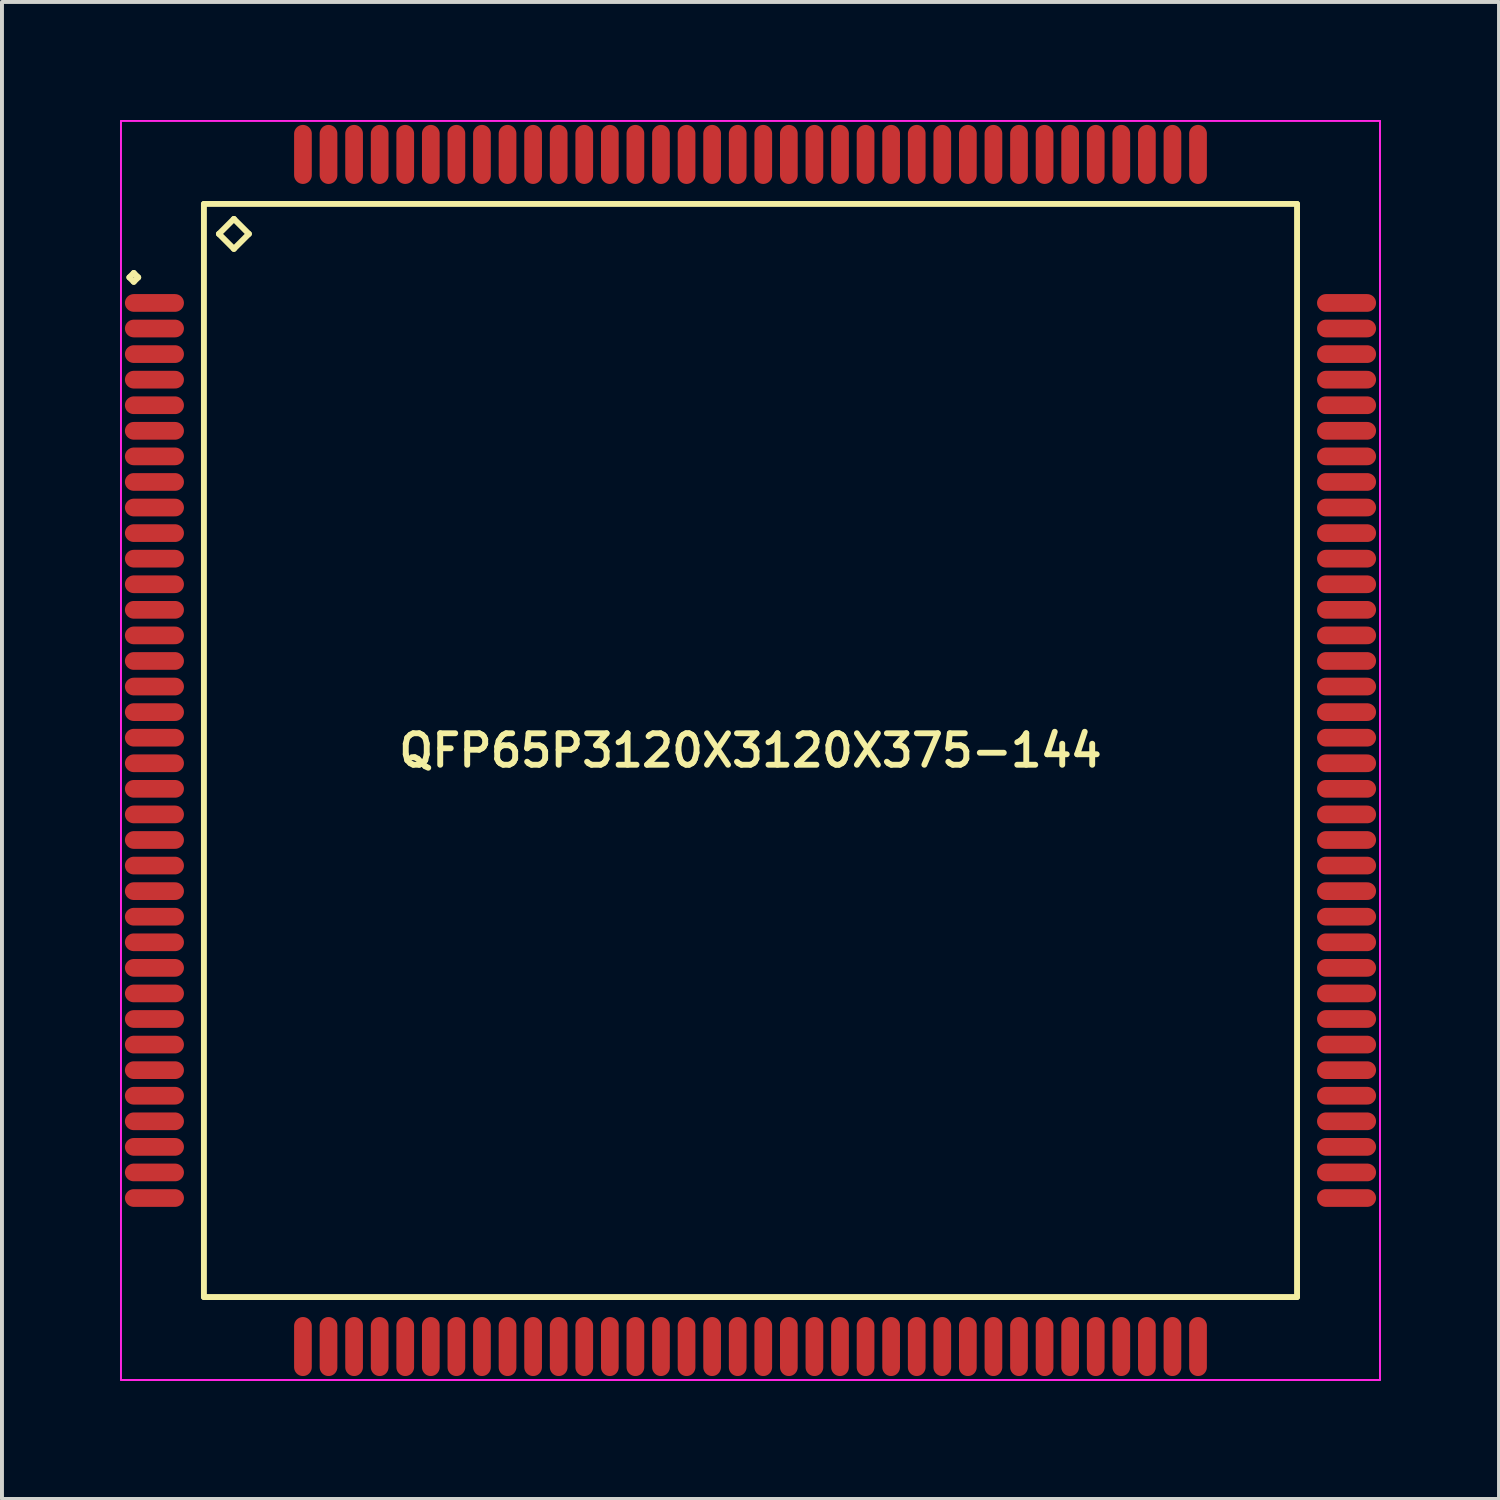
<source format=kicad_pcb>
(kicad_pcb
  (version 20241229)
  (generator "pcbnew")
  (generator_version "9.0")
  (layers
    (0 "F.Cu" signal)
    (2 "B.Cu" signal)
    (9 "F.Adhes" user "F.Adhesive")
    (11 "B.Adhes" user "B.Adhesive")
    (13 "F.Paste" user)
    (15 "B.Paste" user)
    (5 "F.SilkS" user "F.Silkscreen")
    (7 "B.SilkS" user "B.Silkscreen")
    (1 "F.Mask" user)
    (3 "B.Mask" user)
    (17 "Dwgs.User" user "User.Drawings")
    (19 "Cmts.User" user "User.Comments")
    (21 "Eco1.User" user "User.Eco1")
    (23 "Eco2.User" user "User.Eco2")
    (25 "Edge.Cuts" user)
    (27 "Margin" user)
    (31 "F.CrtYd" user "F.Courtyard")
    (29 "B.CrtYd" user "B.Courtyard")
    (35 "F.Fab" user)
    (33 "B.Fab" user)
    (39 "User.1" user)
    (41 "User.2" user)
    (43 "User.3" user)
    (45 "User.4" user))
  (footprint "QFP65P3120X3120X375-144"
    (layer "F.Cu")
    (at 16.025 16.025)
    (property "Reference" "QFP65P3120X3120X375-144" (at 0 0 0) (layer "F.SilkS") (effects (font (size 0.8 0.8) (thickness 0.15))))
    (attr smd)
    (fp_line (start -15.787 -12.025) (end -15.675 -12.137) (stroke (width 0.15) (type solid)) (layer "F.SilkS"))
    (fp_line (start -15.675 -12.137) (end -15.562 -12.025) (stroke (width 0.15) (type solid)) (layer "F.SilkS"))
    (fp_line (start -15.675 -11.912) (end -15.787 -12.025) (stroke (width 0.15) (type solid)) (layer "F.SilkS"))
    (fp_line (start -15.562 -12.025) (end -15.675 -11.912) (stroke (width 0.15) (type solid)) (layer "F.SilkS"))
    (fp_line (start -13.892 -13.892) (end -13.892 13.892) (stroke (width 0.15) (type solid)) (layer "F.SilkS"))
    (fp_line (start -13.892 13.892) (end 13.892 13.892) (stroke (width 0.15) (type solid)) (layer "F.SilkS"))
    (fp_line (start -13.511 -13.13) (end -13.13 -13.511) (stroke (width 0.15) (type solid)) (layer "F.SilkS"))
    (fp_line (start -13.13 -13.511) (end -12.749 -13.13) (stroke (width 0.15) (type solid)) (layer "F.SilkS"))
    (fp_line (start -13.13 -12.749) (end -13.511 -13.13) (stroke (width 0.15) (type solid)) (layer "F.SilkS"))
    (fp_line (start -12.749 -13.13) (end -13.13 -12.749) (stroke (width 0.15) (type solid)) (layer "F.SilkS"))
    (fp_line (start 13.892 -13.892) (end -13.892 -13.892) (stroke (width 0.15) (type solid)) (layer "F.SilkS"))
    (fp_line (start 13.892 13.892) (end 13.892 -13.892) (stroke (width 0.15) (type solid)) (layer "F.SilkS"))
    (fp_line (start -16 -16) (end 16 -16) (stroke (width 0.05) (type solid)) (layer "F.CrtYd"))
    (fp_line (start -16 16) (end -16 -16) (stroke (width 0.05) (type solid)) (layer "F.CrtYd"))
    (fp_line (start 16 -16) (end 16 16) (stroke (width 0.05) (type solid)) (layer "F.CrtYd"))
    (fp_line (start 16 16) (end -16 16) (stroke (width 0.05) (type solid)) (layer "F.CrtYd"))
    (pad "1" smd oval (at -15.15 -11.375) (size 1.5 0.45) (layers "F.Cu" "F.Mask" "F.Paste"))
    (pad "2" smd oval (at -15.15 -10.725) (size 1.5 0.45) (layers "F.Cu" "F.Mask" "F.Paste"))
    (pad "3" smd oval (at -15.15 -10.075) (size 1.5 0.45) (layers "F.Cu" "F.Mask" "F.Paste"))
    (pad "4" smd oval (at -15.15 -9.425) (size 1.5 0.45) (layers "F.Cu" "F.Mask" "F.Paste"))
    (pad "5" smd oval (at -15.15 -8.775) (size 1.5 0.45) (layers "F.Cu" "F.Mask" "F.Paste"))
    (pad "6" smd oval (at -15.15 -8.125) (size 1.5 0.45) (layers "F.Cu" "F.Mask" "F.Paste"))
    (pad "7" smd oval (at -15.15 -7.475) (size 1.5 0.45) (layers "F.Cu" "F.Mask" "F.Paste"))
    (pad "8" smd oval (at -15.15 -6.825) (size 1.5 0.45) (layers "F.Cu" "F.Mask" "F.Paste"))
    (pad "9" smd oval (at -15.15 -6.175) (size 1.5 0.45) (layers "F.Cu" "F.Mask" "F.Paste"))
    (pad "10" smd oval (at -15.15 -5.525) (size 1.5 0.45) (layers "F.Cu" "F.Mask" "F.Paste"))
    (pad "11" smd oval (at -15.15 -4.875) (size 1.5 0.45) (layers "F.Cu" "F.Mask" "F.Paste"))
    (pad "12" smd oval (at -15.15 -4.225) (size 1.5 0.45) (layers "F.Cu" "F.Mask" "F.Paste"))
    (pad "13" smd oval (at -15.15 -3.575) (size 1.5 0.45) (layers "F.Cu" "F.Mask" "F.Paste"))
    (pad "14" smd oval (at -15.15 -2.925) (size 1.5 0.45) (layers "F.Cu" "F.Mask" "F.Paste"))
    (pad "15" smd oval (at -15.15 -2.275) (size 1.5 0.45) (layers "F.Cu" "F.Mask" "F.Paste"))
    (pad "16" smd oval (at -15.15 -1.625) (size 1.5 0.45) (layers "F.Cu" "F.Mask" "F.Paste"))
    (pad "17" smd oval (at -15.15 -0.975) (size 1.5 0.45) (layers "F.Cu" "F.Mask" "F.Paste"))
    (pad "18" smd oval (at -15.15 -0.325) (size 1.5 0.45) (layers "F.Cu" "F.Mask" "F.Paste"))
    (pad "19" smd oval (at -15.15 0.325) (size 1.5 0.45) (layers "F.Cu" "F.Mask" "F.Paste"))
    (pad "20" smd oval (at -15.15 0.975) (size 1.5 0.45) (layers "F.Cu" "F.Mask" "F.Paste"))
    (pad "21" smd oval (at -15.15 1.625) (size 1.5 0.45) (layers "F.Cu" "F.Mask" "F.Paste"))
    (pad "22" smd oval (at -15.15 2.275) (size 1.5 0.45) (layers "F.Cu" "F.Mask" "F.Paste"))
    (pad "23" smd oval (at -15.15 2.925) (size 1.5 0.45) (layers "F.Cu" "F.Mask" "F.Paste"))
    (pad "24" smd oval (at -15.15 3.575) (size 1.5 0.45) (layers "F.Cu" "F.Mask" "F.Paste"))
    (pad "25" smd oval (at -15.15 4.225) (size 1.5 0.45) (layers "F.Cu" "F.Mask" "F.Paste"))
    (pad "26" smd oval (at -15.15 4.875) (size 1.5 0.45) (layers "F.Cu" "F.Mask" "F.Paste"))
    (pad "27" smd oval (at -15.15 5.525) (size 1.5 0.45) (layers "F.Cu" "F.Mask" "F.Paste"))
    (pad "28" smd oval (at -15.15 6.175) (size 1.5 0.45) (layers "F.Cu" "F.Mask" "F.Paste"))
    (pad "29" smd oval (at -15.15 6.825) (size 1.5 0.45) (layers "F.Cu" "F.Mask" "F.Paste"))
    (pad "30" smd oval (at -15.15 7.475) (size 1.5 0.45) (layers "F.Cu" "F.Mask" "F.Paste"))
    (pad "31" smd oval (at -15.15 8.125) (size 1.5 0.45) (layers "F.Cu" "F.Mask" "F.Paste"))
    (pad "32" smd oval (at -15.15 8.775) (size 1.5 0.45) (layers "F.Cu" "F.Mask" "F.Paste"))
    (pad "33" smd oval (at -15.15 9.425) (size 1.5 0.45) (layers "F.Cu" "F.Mask" "F.Paste"))
    (pad "34" smd oval (at -15.15 10.075) (size 1.5 0.45) (layers "F.Cu" "F.Mask" "F.Paste"))
    (pad "35" smd oval (at -15.15 10.725) (size 1.5 0.45) (layers "F.Cu" "F.Mask" "F.Paste"))
    (pad "36" smd oval (at -15.15 11.375) (size 1.5 0.45) (layers "F.Cu" "F.Mask" "F.Paste"))
    (pad "37" smd oval (at -11.375 15.15) (size 0.45 1.5) (layers "F.Cu" "F.Mask" "F.Paste"))
    (pad "38" smd oval (at -10.725 15.15) (size 0.45 1.5) (layers "F.Cu" "F.Mask" "F.Paste"))
    (pad "39" smd oval (at -10.075 15.15) (size 0.45 1.5) (layers "F.Cu" "F.Mask" "F.Paste"))
    (pad "40" smd oval (at -9.425 15.15) (size 0.45 1.5) (layers "F.Cu" "F.Mask" "F.Paste"))
    (pad "41" smd oval (at -8.775 15.15) (size 0.45 1.5) (layers "F.Cu" "F.Mask" "F.Paste"))
    (pad "42" smd oval (at -8.125 15.15) (size 0.45 1.5) (layers "F.Cu" "F.Mask" "F.Paste"))
    (pad "43" smd oval (at -7.475 15.15) (size 0.45 1.5) (layers "F.Cu" "F.Mask" "F.Paste"))
    (pad "44" smd oval (at -6.825 15.15) (size 0.45 1.5) (layers "F.Cu" "F.Mask" "F.Paste"))
    (pad "45" smd oval (at -6.175 15.15) (size 0.45 1.5) (layers "F.Cu" "F.Mask" "F.Paste"))
    (pad "46" smd oval (at -5.525 15.15) (size 0.45 1.5) (layers "F.Cu" "F.Mask" "F.Paste"))
    (pad "47" smd oval (at -4.875 15.15) (size 0.45 1.5) (layers "F.Cu" "F.Mask" "F.Paste"))
    (pad "48" smd oval (at -4.225 15.15) (size 0.45 1.5) (layers "F.Cu" "F.Mask" "F.Paste"))
    (pad "49" smd oval (at -3.575 15.15) (size 0.45 1.5) (layers "F.Cu" "F.Mask" "F.Paste"))
    (pad "50" smd oval (at -2.925 15.15) (size 0.45 1.5) (layers "F.Cu" "F.Mask" "F.Paste"))
    (pad "51" smd oval (at -2.275 15.15) (size 0.45 1.5) (layers "F.Cu" "F.Mask" "F.Paste"))
    (pad "52" smd oval (at -1.625 15.15) (size 0.45 1.5) (layers "F.Cu" "F.Mask" "F.Paste"))
    (pad "53" smd oval (at -0.975 15.15) (size 0.45 1.5) (layers "F.Cu" "F.Mask" "F.Paste"))
    (pad "54" smd oval (at -0.325 15.15) (size 0.45 1.5) (layers "F.Cu" "F.Mask" "F.Paste"))
    (pad "55" smd oval (at 0.325 15.15) (size 0.45 1.5) (layers "F.Cu" "F.Mask" "F.Paste"))
    (pad "56" smd oval (at 0.975 15.15) (size 0.45 1.5) (layers "F.Cu" "F.Mask" "F.Paste"))
    (pad "57" smd oval (at 1.625 15.15) (size 0.45 1.5) (layers "F.Cu" "F.Mask" "F.Paste"))
    (pad "58" smd oval (at 2.275 15.15) (size 0.45 1.5) (layers "F.Cu" "F.Mask" "F.Paste"))
    (pad "59" smd oval (at 2.925 15.15) (size 0.45 1.5) (layers "F.Cu" "F.Mask" "F.Paste"))
    (pad "60" smd oval (at 3.575 15.15) (size 0.45 1.5) (layers "F.Cu" "F.Mask" "F.Paste"))
    (pad "61" smd oval (at 4.225 15.15) (size 0.45 1.5) (layers "F.Cu" "F.Mask" "F.Paste"))
    (pad "62" smd oval (at 4.875 15.15) (size 0.45 1.5) (layers "F.Cu" "F.Mask" "F.Paste"))
    (pad "63" smd oval (at 5.525 15.15) (size 0.45 1.5) (layers "F.Cu" "F.Mask" "F.Paste"))
    (pad "64" smd oval (at 6.175 15.15) (size 0.45 1.5) (layers "F.Cu" "F.Mask" "F.Paste"))
    (pad "65" smd oval (at 6.825 15.15) (size 0.45 1.5) (layers "F.Cu" "F.Mask" "F.Paste"))
    (pad "66" smd oval (at 7.475 15.15) (size 0.45 1.5) (layers "F.Cu" "F.Mask" "F.Paste"))
    (pad "67" smd oval (at 8.125 15.15) (size 0.45 1.5) (layers "F.Cu" "F.Mask" "F.Paste"))
    (pad "68" smd oval (at 8.775 15.15) (size 0.45 1.5) (layers "F.Cu" "F.Mask" "F.Paste"))
    (pad "69" smd oval (at 9.425 15.15) (size 0.45 1.5) (layers "F.Cu" "F.Mask" "F.Paste"))
    (pad "70" smd oval (at 10.075 15.15) (size 0.45 1.5) (layers "F.Cu" "F.Mask" "F.Paste"))
    (pad "71" smd oval (at 10.725 15.15) (size 0.45 1.5) (layers "F.Cu" "F.Mask" "F.Paste"))
    (pad "72" smd oval (at 11.375 15.15) (size 0.45 1.5) (layers "F.Cu" "F.Mask" "F.Paste"))
    (pad "73" smd oval (at 15.15 11.375) (size 1.5 0.45) (layers "F.Cu" "F.Mask" "F.Paste"))
    (pad "74" smd oval (at 15.15 10.725) (size 1.5 0.45) (layers "F.Cu" "F.Mask" "F.Paste"))
    (pad "75" smd oval (at 15.15 10.075) (size 1.5 0.45) (layers "F.Cu" "F.Mask" "F.Paste"))
    (pad "76" smd oval (at 15.15 9.425) (size 1.5 0.45) (layers "F.Cu" "F.Mask" "F.Paste"))
    (pad "77" smd oval (at 15.15 8.775) (size 1.5 0.45) (layers "F.Cu" "F.Mask" "F.Paste"))
    (pad "78" smd oval (at 15.15 8.125) (size 1.5 0.45) (layers "F.Cu" "F.Mask" "F.Paste"))
    (pad "79" smd oval (at 15.15 7.475) (size 1.5 0.45) (layers "F.Cu" "F.Mask" "F.Paste"))
    (pad "80" smd oval (at 15.15 6.825) (size 1.5 0.45) (layers "F.Cu" "F.Mask" "F.Paste"))
    (pad "81" smd oval (at 15.15 6.175) (size 1.5 0.45) (layers "F.Cu" "F.Mask" "F.Paste"))
    (pad "82" smd oval (at 15.15 5.525) (size 1.5 0.45) (layers "F.Cu" "F.Mask" "F.Paste"))
    (pad "83" smd oval (at 15.15 4.875) (size 1.5 0.45) (layers "F.Cu" "F.Mask" "F.Paste"))
    (pad "84" smd oval (at 15.15 4.225) (size 1.5 0.45) (layers "F.Cu" "F.Mask" "F.Paste"))
    (pad "85" smd oval (at 15.15 3.575) (size 1.5 0.45) (layers "F.Cu" "F.Mask" "F.Paste"))
    (pad "86" smd oval (at 15.15 2.925) (size 1.5 0.45) (layers "F.Cu" "F.Mask" "F.Paste"))
    (pad "87" smd oval (at 15.15 2.275) (size 1.5 0.45) (layers "F.Cu" "F.Mask" "F.Paste"))
    (pad "88" smd oval (at 15.15 1.625) (size 1.5 0.45) (layers "F.Cu" "F.Mask" "F.Paste"))
    (pad "89" smd oval (at 15.15 0.975) (size 1.5 0.45) (layers "F.Cu" "F.Mask" "F.Paste"))
    (pad "90" smd oval (at 15.15 0.325) (size 1.5 0.45) (layers "F.Cu" "F.Mask" "F.Paste"))
    (pad "91" smd oval (at 15.15 -0.325) (size 1.5 0.45) (layers "F.Cu" "F.Mask" "F.Paste"))
    (pad "92" smd oval (at 15.15 -0.975) (size 1.5 0.45) (layers "F.Cu" "F.Mask" "F.Paste"))
    (pad "93" smd oval (at 15.15 -1.625) (size 1.5 0.45) (layers "F.Cu" "F.Mask" "F.Paste"))
    (pad "94" smd oval (at 15.15 -2.275) (size 1.5 0.45) (layers "F.Cu" "F.Mask" "F.Paste"))
    (pad "95" smd oval (at 15.15 -2.925) (size 1.5 0.45) (layers "F.Cu" "F.Mask" "F.Paste"))
    (pad "96" smd oval (at 15.15 -3.575) (size 1.5 0.45) (layers "F.Cu" "F.Mask" "F.Paste"))
    (pad "97" smd oval (at 15.15 -4.225) (size 1.5 0.45) (layers "F.Cu" "F.Mask" "F.Paste"))
    (pad "98" smd oval (at 15.15 -4.875) (size 1.5 0.45) (layers "F.Cu" "F.Mask" "F.Paste"))
    (pad "99" smd oval (at 15.15 -5.525) (size 1.5 0.45) (layers "F.Cu" "F.Mask" "F.Paste"))
    (pad "100" smd oval (at 15.15 -6.175) (size 1.5 0.45) (layers "F.Cu" "F.Mask" "F.Paste"))
    (pad "101" smd oval (at 15.15 -6.825) (size 1.5 0.45) (layers "F.Cu" "F.Mask" "F.Paste"))
    (pad "102" smd oval (at 15.15 -7.475) (size 1.5 0.45) (layers "F.Cu" "F.Mask" "F.Paste"))
    (pad "103" smd oval (at 15.15 -8.125) (size 1.5 0.45) (layers "F.Cu" "F.Mask" "F.Paste"))
    (pad "104" smd oval (at 15.15 -8.775) (size 1.5 0.45) (layers "F.Cu" "F.Mask" "F.Paste"))
    (pad "105" smd oval (at 15.15 -9.425) (size 1.5 0.45) (layers "F.Cu" "F.Mask" "F.Paste"))
    (pad "106" smd oval (at 15.15 -10.075) (size 1.5 0.45) (layers "F.Cu" "F.Mask" "F.Paste"))
    (pad "107" smd oval (at 15.15 -10.725) (size 1.5 0.45) (layers "F.Cu" "F.Mask" "F.Paste"))
    (pad "108" smd oval (at 15.15 -11.375) (size 1.5 0.45) (layers "F.Cu" "F.Mask" "F.Paste"))
    (pad "109" smd oval (at 11.375 -15.15) (size 0.45 1.5) (layers "F.Cu" "F.Mask" "F.Paste"))
    (pad "110" smd oval (at 10.725 -15.15) (size 0.45 1.5) (layers "F.Cu" "F.Mask" "F.Paste"))
    (pad "111" smd oval (at 10.075 -15.15) (size 0.45 1.5) (layers "F.Cu" "F.Mask" "F.Paste"))
    (pad "112" smd oval (at 9.425 -15.15) (size 0.45 1.5) (layers "F.Cu" "F.Mask" "F.Paste"))
    (pad "113" smd oval (at 8.775 -15.15) (size 0.45 1.5) (layers "F.Cu" "F.Mask" "F.Paste"))
    (pad "114" smd oval (at 8.125 -15.15) (size 0.45 1.5) (layers "F.Cu" "F.Mask" "F.Paste"))
    (pad "115" smd oval (at 7.475 -15.15) (size 0.45 1.5) (layers "F.Cu" "F.Mask" "F.Paste"))
    (pad "116" smd oval (at 6.825 -15.15) (size 0.45 1.5) (layers "F.Cu" "F.Mask" "F.Paste"))
    (pad "117" smd oval (at 6.175 -15.15) (size 0.45 1.5) (layers "F.Cu" "F.Mask" "F.Paste"))
    (pad "118" smd oval (at 5.525 -15.15) (size 0.45 1.5) (layers "F.Cu" "F.Mask" "F.Paste"))
    (pad "119" smd oval (at 4.875 -15.15) (size 0.45 1.5) (layers "F.Cu" "F.Mask" "F.Paste"))
    (pad "120" smd oval (at 4.225 -15.15) (size 0.45 1.5) (layers "F.Cu" "F.Mask" "F.Paste"))
    (pad "121" smd oval (at 3.575 -15.15) (size 0.45 1.5) (layers "F.Cu" "F.Mask" "F.Paste"))
    (pad "122" smd oval (at 2.925 -15.15) (size 0.45 1.5) (layers "F.Cu" "F.Mask" "F.Paste"))
    (pad "123" smd oval (at 2.275 -15.15) (size 0.45 1.5) (layers "F.Cu" "F.Mask" "F.Paste"))
    (pad "124" smd oval (at 1.625 -15.15) (size 0.45 1.5) (layers "F.Cu" "F.Mask" "F.Paste"))
    (pad "125" smd oval (at 0.975 -15.15) (size 0.45 1.5) (layers "F.Cu" "F.Mask" "F.Paste"))
    (pad "126" smd oval (at 0.325 -15.15) (size 0.45 1.5) (layers "F.Cu" "F.Mask" "F.Paste"))
    (pad "127" smd oval (at -0.325 -15.15) (size 0.45 1.5) (layers "F.Cu" "F.Mask" "F.Paste"))
    (pad "128" smd oval (at -0.975 -15.15) (size 0.45 1.5) (layers "F.Cu" "F.Mask" "F.Paste"))
    (pad "129" smd oval (at -1.625 -15.15) (size 0.45 1.5) (layers "F.Cu" "F.Mask" "F.Paste"))
    (pad "130" smd oval (at -2.275 -15.15) (size 0.45 1.5) (layers "F.Cu" "F.Mask" "F.Paste"))
    (pad "131" smd oval (at -2.925 -15.15) (size 0.45 1.5) (layers "F.Cu" "F.Mask" "F.Paste"))
    (pad "132" smd oval (at -3.575 -15.15) (size 0.45 1.5) (layers "F.Cu" "F.Mask" "F.Paste"))
    (pad "133" smd oval (at -4.225 -15.15) (size 0.45 1.5) (layers "F.Cu" "F.Mask" "F.Paste"))
    (pad "134" smd oval (at -4.875 -15.15) (size 0.45 1.5) (layers "F.Cu" "F.Mask" "F.Paste"))
    (pad "135" smd oval (at -5.525 -15.15) (size 0.45 1.5) (layers "F.Cu" "F.Mask" "F.Paste"))
    (pad "136" smd oval (at -6.175 -15.15) (size 0.45 1.5) (layers "F.Cu" "F.Mask" "F.Paste"))
    (pad "137" smd oval (at -6.825 -15.15) (size 0.45 1.5) (layers "F.Cu" "F.Mask" "F.Paste"))
    (pad "138" smd oval (at -7.475 -15.15) (size 0.45 1.5) (layers "F.Cu" "F.Mask" "F.Paste"))
    (pad "139" smd oval (at -8.125 -15.15) (size 0.45 1.5) (layers "F.Cu" "F.Mask" "F.Paste"))
    (pad "140" smd oval (at -8.775 -15.15) (size 0.45 1.5) (layers "F.Cu" "F.Mask" "F.Paste"))
    (pad "141" smd oval (at -9.425 -15.15) (size 0.45 1.5) (layers "F.Cu" "F.Mask" "F.Paste"))
    (pad "142" smd oval (at -10.075 -15.15) (size 0.45 1.5) (layers "F.Cu" "F.Mask" "F.Paste"))
    (pad "143" smd oval (at -10.725 -15.15) (size 0.45 1.5) (layers "F.Cu" "F.Mask" "F.Paste"))
    (pad "144" smd oval (at -11.375 -15.15) (size 0.45 1.5) (layers "F.Cu" "F.Mask" "F.Paste")))
  (gr_rect
    (start -3 -3)
    (end 35.05 35.05)
    (stroke (width 0.1) (type default))
    (fill no)
    (layer "Edge.Cuts")))
</source>
